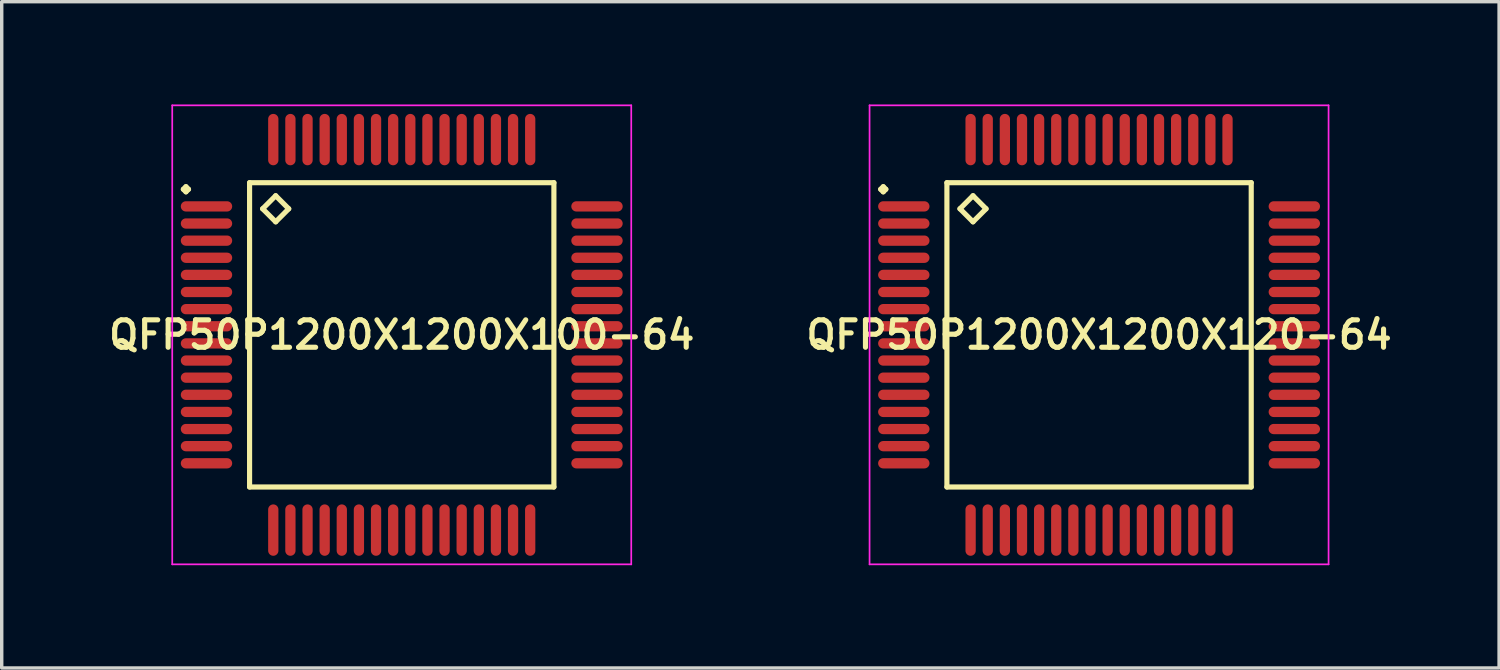
<source format=kicad_pcb>
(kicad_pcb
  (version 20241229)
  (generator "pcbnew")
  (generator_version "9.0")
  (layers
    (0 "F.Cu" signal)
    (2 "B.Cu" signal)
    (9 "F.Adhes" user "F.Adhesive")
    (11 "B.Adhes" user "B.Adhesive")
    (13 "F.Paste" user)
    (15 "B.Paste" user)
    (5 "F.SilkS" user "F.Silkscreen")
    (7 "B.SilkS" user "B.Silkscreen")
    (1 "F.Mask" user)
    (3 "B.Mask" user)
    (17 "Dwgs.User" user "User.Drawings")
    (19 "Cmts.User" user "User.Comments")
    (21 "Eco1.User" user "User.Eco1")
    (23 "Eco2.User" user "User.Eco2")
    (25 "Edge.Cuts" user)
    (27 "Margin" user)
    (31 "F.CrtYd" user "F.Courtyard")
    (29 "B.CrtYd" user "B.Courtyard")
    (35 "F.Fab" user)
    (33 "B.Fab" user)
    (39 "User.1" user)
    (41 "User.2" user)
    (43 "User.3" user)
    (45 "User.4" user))
  (footprint "QFP50P1200X1200X120-64"
    (layer "F.Cu")
    (at 29.035 6.725)
    (property "Reference" "QFP50P1200X1200X120-64" (at 0 0 0) (layer "F.SilkS") (effects (font (size 0.8 0.8) (thickness 0.15))))
    (attr smd)
    (fp_line (start -6.375 -4.25) (end -6.3 -4.325) (stroke (width 0.15) (type solid)) (layer "F.SilkS"))
    (fp_line (start -6.3 -4.325) (end -6.225 -4.25) (stroke (width 0.15) (type solid)) (layer "F.SilkS"))
    (fp_line (start -6.3 -4.175) (end -6.375 -4.25) (stroke (width 0.15) (type solid)) (layer "F.SilkS"))
    (fp_line (start -6.225 -4.25) (end -6.3 -4.175) (stroke (width 0.15) (type solid)) (layer "F.SilkS"))
    (fp_line (start -4.442 -4.442) (end -4.442 4.442) (stroke (width 0.15) (type solid)) (layer "F.SilkS"))
    (fp_line (start -4.442 4.442) (end 4.442 4.442) (stroke (width 0.15) (type solid)) (layer "F.SilkS"))
    (fp_line (start -4.061 -3.68) (end -3.68 -4.061) (stroke (width 0.15) (type solid)) (layer "F.SilkS"))
    (fp_line (start -3.68 -4.061) (end -3.299 -3.68) (stroke (width 0.15) (type solid)) (layer "F.SilkS"))
    (fp_line (start -3.68 -3.299) (end -4.061 -3.68) (stroke (width 0.15) (type solid)) (layer "F.SilkS"))
    (fp_line (start -3.299 -3.68) (end -3.68 -3.299) (stroke (width 0.15) (type solid)) (layer "F.SilkS"))
    (fp_line (start 4.442 -4.442) (end -4.442 -4.442) (stroke (width 0.15) (type solid)) (layer "F.SilkS"))
    (fp_line (start 4.442 4.442) (end 4.442 -4.442) (stroke (width 0.15) (type solid)) (layer "F.SilkS"))
    (fp_line (start -6.7 -6.7) (end 6.7 -6.7) (stroke (width 0.05) (type solid)) (layer "F.CrtYd"))
    (fp_line (start -6.7 6.7) (end -6.7 -6.7) (stroke (width 0.05) (type solid)) (layer "F.CrtYd"))
    (fp_line (start 6.7 -6.7) (end 6.7 6.7) (stroke (width 0.05) (type solid)) (layer "F.CrtYd"))
    (fp_line (start 6.7 6.7) (end -6.7 6.7) (stroke (width 0.05) (type solid)) (layer "F.CrtYd"))
    (pad "1" smd oval (at -5.7 -3.75) (size 1.5 0.3) (layers "F.Cu" "F.Mask" "F.Paste"))
    (pad "2" smd oval (at -5.7 -3.25) (size 1.5 0.3) (layers "F.Cu" "F.Mask" "F.Paste"))
    (pad "3" smd oval (at -5.7 -2.75) (size 1.5 0.3) (layers "F.Cu" "F.Mask" "F.Paste"))
    (pad "4" smd oval (at -5.7 -2.25) (size 1.5 0.3) (layers "F.Cu" "F.Mask" "F.Paste"))
    (pad "5" smd oval (at -5.7 -1.75) (size 1.5 0.3) (layers "F.Cu" "F.Mask" "F.Paste"))
    (pad "6" smd oval (at -5.7 -1.25) (size 1.5 0.3) (layers "F.Cu" "F.Mask" "F.Paste"))
    (pad "7" smd oval (at -5.7 -0.75) (size 1.5 0.3) (layers "F.Cu" "F.Mask" "F.Paste"))
    (pad "8" smd oval (at -5.7 -0.25) (size 1.5 0.3) (layers "F.Cu" "F.Mask" "F.Paste"))
    (pad "9" smd oval (at -5.7 0.25) (size 1.5 0.3) (layers "F.Cu" "F.Mask" "F.Paste"))
    (pad "10" smd oval (at -5.7 0.75) (size 1.5 0.3) (layers "F.Cu" "F.Mask" "F.Paste"))
    (pad "11" smd oval (at -5.7 1.25) (size 1.5 0.3) (layers "F.Cu" "F.Mask" "F.Paste"))
    (pad "12" smd oval (at -5.7 1.75) (size 1.5 0.3) (layers "F.Cu" "F.Mask" "F.Paste"))
    (pad "13" smd oval (at -5.7 2.25) (size 1.5 0.3) (layers "F.Cu" "F.Mask" "F.Paste"))
    (pad "14" smd oval (at -5.7 2.75) (size 1.5 0.3) (layers "F.Cu" "F.Mask" "F.Paste"))
    (pad "15" smd oval (at -5.7 3.25) (size 1.5 0.3) (layers "F.Cu" "F.Mask" "F.Paste"))
    (pad "16" smd oval (at -5.7 3.75) (size 1.5 0.3) (layers "F.Cu" "F.Mask" "F.Paste"))
    (pad "17" smd oval (at -3.75 5.7) (size 0.3 1.5) (layers "F.Cu" "F.Mask" "F.Paste"))
    (pad "18" smd oval (at -3.25 5.7) (size 0.3 1.5) (layers "F.Cu" "F.Mask" "F.Paste"))
    (pad "19" smd oval (at -2.75 5.7) (size 0.3 1.5) (layers "F.Cu" "F.Mask" "F.Paste"))
    (pad "20" smd oval (at -2.25 5.7) (size 0.3 1.5) (layers "F.Cu" "F.Mask" "F.Paste"))
    (pad "21" smd oval (at -1.75 5.7) (size 0.3 1.5) (layers "F.Cu" "F.Mask" "F.Paste"))
    (pad "22" smd oval (at -1.25 5.7) (size 0.3 1.5) (layers "F.Cu" "F.Mask" "F.Paste"))
    (pad "23" smd oval (at -0.75 5.7) (size 0.3 1.5) (layers "F.Cu" "F.Mask" "F.Paste"))
    (pad "24" smd oval (at -0.25 5.7) (size 0.3 1.5) (layers "F.Cu" "F.Mask" "F.Paste"))
    (pad "25" smd oval (at 0.25 5.7) (size 0.3 1.5) (layers "F.Cu" "F.Mask" "F.Paste"))
    (pad "26" smd oval (at 0.75 5.7) (size 0.3 1.5) (layers "F.Cu" "F.Mask" "F.Paste"))
    (pad "27" smd oval (at 1.25 5.7) (size 0.3 1.5) (layers "F.Cu" "F.Mask" "F.Paste"))
    (pad "28" smd oval (at 1.75 5.7) (size 0.3 1.5) (layers "F.Cu" "F.Mask" "F.Paste"))
    (pad "29" smd oval (at 2.25 5.7) (size 0.3 1.5) (layers "F.Cu" "F.Mask" "F.Paste"))
    (pad "30" smd oval (at 2.75 5.7) (size 0.3 1.5) (layers "F.Cu" "F.Mask" "F.Paste"))
    (pad "31" smd oval (at 3.25 5.7) (size 0.3 1.5) (layers "F.Cu" "F.Mask" "F.Paste"))
    (pad "32" smd oval (at 3.75 5.7) (size 0.3 1.5) (layers "F.Cu" "F.Mask" "F.Paste"))
    (pad "33" smd oval (at 5.7 3.75) (size 1.5 0.3) (layers "F.Cu" "F.Mask" "F.Paste"))
    (pad "34" smd oval (at 5.7 3.25) (size 1.5 0.3) (layers "F.Cu" "F.Mask" "F.Paste"))
    (pad "35" smd oval (at 5.7 2.75) (size 1.5 0.3) (layers "F.Cu" "F.Mask" "F.Paste"))
    (pad "36" smd oval (at 5.7 2.25) (size 1.5 0.3) (layers "F.Cu" "F.Mask" "F.Paste"))
    (pad "37" smd oval (at 5.7 1.75) (size 1.5 0.3) (layers "F.Cu" "F.Mask" "F.Paste"))
    (pad "38" smd oval (at 5.7 1.25) (size 1.5 0.3) (layers "F.Cu" "F.Mask" "F.Paste"))
    (pad "39" smd oval (at 5.7 0.75) (size 1.5 0.3) (layers "F.Cu" "F.Mask" "F.Paste"))
    (pad "40" smd oval (at 5.7 0.25) (size 1.5 0.3) (layers "F.Cu" "F.Mask" "F.Paste"))
    (pad "41" smd oval (at 5.7 -0.25) (size 1.5 0.3) (layers "F.Cu" "F.Mask" "F.Paste"))
    (pad "42" smd oval (at 5.7 -0.75) (size 1.5 0.3) (layers "F.Cu" "F.Mask" "F.Paste"))
    (pad "43" smd oval (at 5.7 -1.25) (size 1.5 0.3) (layers "F.Cu" "F.Mask" "F.Paste"))
    (pad "44" smd oval (at 5.7 -1.75) (size 1.5 0.3) (layers "F.Cu" "F.Mask" "F.Paste"))
    (pad "45" smd oval (at 5.7 -2.25) (size 1.5 0.3) (layers "F.Cu" "F.Mask" "F.Paste"))
    (pad "46" smd oval (at 5.7 -2.75) (size 1.5 0.3) (layers "F.Cu" "F.Mask" "F.Paste"))
    (pad "47" smd oval (at 5.7 -3.25) (size 1.5 0.3) (layers "F.Cu" "F.Mask" "F.Paste"))
    (pad "48" smd oval (at 5.7 -3.75) (size 1.5 0.3) (layers "F.Cu" "F.Mask" "F.Paste"))
    (pad "49" smd oval (at 3.75 -5.7) (size 0.3 1.5) (layers "F.Cu" "F.Mask" "F.Paste"))
    (pad "50" smd oval (at 3.25 -5.7) (size 0.3 1.5) (layers "F.Cu" "F.Mask" "F.Paste"))
    (pad "51" smd oval (at 2.75 -5.7) (size 0.3 1.5) (layers "F.Cu" "F.Mask" "F.Paste"))
    (pad "52" smd oval (at 2.25 -5.7) (size 0.3 1.5) (layers "F.Cu" "F.Mask" "F.Paste"))
    (pad "53" smd oval (at 1.75 -5.7) (size 0.3 1.5) (layers "F.Cu" "F.Mask" "F.Paste"))
    (pad "54" smd oval (at 1.25 -5.7) (size 0.3 1.5) (layers "F.Cu" "F.Mask" "F.Paste"))
    (pad "55" smd oval (at 0.75 -5.7) (size 0.3 1.5) (layers "F.Cu" "F.Mask" "F.Paste"))
    (pad "56" smd oval (at 0.25 -5.7) (size 0.3 1.5) (layers "F.Cu" "F.Mask" "F.Paste"))
    (pad "57" smd oval (at -0.25 -5.7) (size 0.3 1.5) (layers "F.Cu" "F.Mask" "F.Paste"))
    (pad "58" smd oval (at -0.75 -5.7) (size 0.3 1.5) (layers "F.Cu" "F.Mask" "F.Paste"))
    (pad "59" smd oval (at -1.25 -5.7) (size 0.3 1.5) (layers "F.Cu" "F.Mask" "F.Paste"))
    (pad "60" smd oval (at -1.75 -5.7) (size 0.3 1.5) (layers "F.Cu" "F.Mask" "F.Paste"))
    (pad "61" smd oval (at -2.25 -5.7) (size 0.3 1.5) (layers "F.Cu" "F.Mask" "F.Paste"))
    (pad "62" smd oval (at -2.75 -5.7) (size 0.3 1.5) (layers "F.Cu" "F.Mask" "F.Paste"))
    (pad "63" smd oval (at -3.25 -5.7) (size 0.3 1.5) (layers "F.Cu" "F.Mask" "F.Paste"))
    (pad "64" smd oval (at -3.75 -5.7) (size 0.3 1.5) (layers "F.Cu" "F.Mask" "F.Paste")))
  (footprint "QFP50P1200X1200X100-64"
    (layer "F.Cu")
    (at 8.678 6.725)
    (property "Reference" "QFP50P1200X1200X100-64" (at 0 0 0) (layer "F.SilkS") (effects (font (size 0.8 0.8) (thickness 0.15))))
    (attr smd)
    (fp_line (start -6.375 -4.25) (end -6.3 -4.325) (stroke (width 0.15) (type solid)) (layer "F.SilkS"))
    (fp_line (start -6.3 -4.325) (end -6.225 -4.25) (stroke (width 0.15) (type solid)) (layer "F.SilkS"))
    (fp_line (start -6.3 -4.175) (end -6.375 -4.25) (stroke (width 0.15) (type solid)) (layer "F.SilkS"))
    (fp_line (start -6.225 -4.25) (end -6.3 -4.175) (stroke (width 0.15) (type solid)) (layer "F.SilkS"))
    (fp_line (start -4.442 -4.442) (end -4.442 4.442) (stroke (width 0.15) (type solid)) (layer "F.SilkS"))
    (fp_line (start -4.442 4.442) (end 4.442 4.442) (stroke (width 0.15) (type solid)) (layer "F.SilkS"))
    (fp_line (start -4.061 -3.68) (end -3.68 -4.061) (stroke (width 0.15) (type solid)) (layer "F.SilkS"))
    (fp_line (start -3.68 -4.061) (end -3.299 -3.68) (stroke (width 0.15) (type solid)) (layer "F.SilkS"))
    (fp_line (start -3.68 -3.299) (end -4.061 -3.68) (stroke (width 0.15) (type solid)) (layer "F.SilkS"))
    (fp_line (start -3.299 -3.68) (end -3.68 -3.299) (stroke (width 0.15) (type solid)) (layer "F.SilkS"))
    (fp_line (start 4.442 -4.442) (end -4.442 -4.442) (stroke (width 0.15) (type solid)) (layer "F.SilkS"))
    (fp_line (start 4.442 4.442) (end 4.442 -4.442) (stroke (width 0.15) (type solid)) (layer "F.SilkS"))
    (fp_line (start -6.7 -6.7) (end 6.7 -6.7) (stroke (width 0.05) (type solid)) (layer "F.CrtYd"))
    (fp_line (start -6.7 6.7) (end -6.7 -6.7) (stroke (width 0.05) (type solid)) (layer "F.CrtYd"))
    (fp_line (start 6.7 -6.7) (end 6.7 6.7) (stroke (width 0.05) (type solid)) (layer "F.CrtYd"))
    (fp_line (start 6.7 6.7) (end -6.7 6.7) (stroke (width 0.05) (type solid)) (layer "F.CrtYd"))
    (pad "1" smd oval (at -5.7 -3.75) (size 1.5 0.3) (layers "F.Cu" "F.Mask" "F.Paste"))
    (pad "2" smd oval (at -5.7 -3.25) (size 1.5 0.3) (layers "F.Cu" "F.Mask" "F.Paste"))
    (pad "3" smd oval (at -5.7 -2.75) (size 1.5 0.3) (layers "F.Cu" "F.Mask" "F.Paste"))
    (pad "4" smd oval (at -5.7 -2.25) (size 1.5 0.3) (layers "F.Cu" "F.Mask" "F.Paste"))
    (pad "5" smd oval (at -5.7 -1.75) (size 1.5 0.3) (layers "F.Cu" "F.Mask" "F.Paste"))
    (pad "6" smd oval (at -5.7 -1.25) (size 1.5 0.3) (layers "F.Cu" "F.Mask" "F.Paste"))
    (pad "7" smd oval (at -5.7 -0.75) (size 1.5 0.3) (layers "F.Cu" "F.Mask" "F.Paste"))
    (pad "8" smd oval (at -5.7 -0.25) (size 1.5 0.3) (layers "F.Cu" "F.Mask" "F.Paste"))
    (pad "9" smd oval (at -5.7 0.25) (size 1.5 0.3) (layers "F.Cu" "F.Mask" "F.Paste"))
    (pad "10" smd oval (at -5.7 0.75) (size 1.5 0.3) (layers "F.Cu" "F.Mask" "F.Paste"))
    (pad "11" smd oval (at -5.7 1.25) (size 1.5 0.3) (layers "F.Cu" "F.Mask" "F.Paste"))
    (pad "12" smd oval (at -5.7 1.75) (size 1.5 0.3) (layers "F.Cu" "F.Mask" "F.Paste"))
    (pad "13" smd oval (at -5.7 2.25) (size 1.5 0.3) (layers "F.Cu" "F.Mask" "F.Paste"))
    (pad "14" smd oval (at -5.7 2.75) (size 1.5 0.3) (layers "F.Cu" "F.Mask" "F.Paste"))
    (pad "15" smd oval (at -5.7 3.25) (size 1.5 0.3) (layers "F.Cu" "F.Mask" "F.Paste"))
    (pad "16" smd oval (at -5.7 3.75) (size 1.5 0.3) (layers "F.Cu" "F.Mask" "F.Paste"))
    (pad "17" smd oval (at -3.75 5.7) (size 0.3 1.5) (layers "F.Cu" "F.Mask" "F.Paste"))
    (pad "18" smd oval (at -3.25 5.7) (size 0.3 1.5) (layers "F.Cu" "F.Mask" "F.Paste"))
    (pad "19" smd oval (at -2.75 5.7) (size 0.3 1.5) (layers "F.Cu" "F.Mask" "F.Paste"))
    (pad "20" smd oval (at -2.25 5.7) (size 0.3 1.5) (layers "F.Cu" "F.Mask" "F.Paste"))
    (pad "21" smd oval (at -1.75 5.7) (size 0.3 1.5) (layers "F.Cu" "F.Mask" "F.Paste"))
    (pad "22" smd oval (at -1.25 5.7) (size 0.3 1.5) (layers "F.Cu" "F.Mask" "F.Paste"))
    (pad "23" smd oval (at -0.75 5.7) (size 0.3 1.5) (layers "F.Cu" "F.Mask" "F.Paste"))
    (pad "24" smd oval (at -0.25 5.7) (size 0.3 1.5) (layers "F.Cu" "F.Mask" "F.Paste"))
    (pad "25" smd oval (at 0.25 5.7) (size 0.3 1.5) (layers "F.Cu" "F.Mask" "F.Paste"))
    (pad "26" smd oval (at 0.75 5.7) (size 0.3 1.5) (layers "F.Cu" "F.Mask" "F.Paste"))
    (pad "27" smd oval (at 1.25 5.7) (size 0.3 1.5) (layers "F.Cu" "F.Mask" "F.Paste"))
    (pad "28" smd oval (at 1.75 5.7) (size 0.3 1.5) (layers "F.Cu" "F.Mask" "F.Paste"))
    (pad "29" smd oval (at 2.25 5.7) (size 0.3 1.5) (layers "F.Cu" "F.Mask" "F.Paste"))
    (pad "30" smd oval (at 2.75 5.7) (size 0.3 1.5) (layers "F.Cu" "F.Mask" "F.Paste"))
    (pad "31" smd oval (at 3.25 5.7) (size 0.3 1.5) (layers "F.Cu" "F.Mask" "F.Paste"))
    (pad "32" smd oval (at 3.75 5.7) (size 0.3 1.5) (layers "F.Cu" "F.Mask" "F.Paste"))
    (pad "33" smd oval (at 5.7 3.75) (size 1.5 0.3) (layers "F.Cu" "F.Mask" "F.Paste"))
    (pad "34" smd oval (at 5.7 3.25) (size 1.5 0.3) (layers "F.Cu" "F.Mask" "F.Paste"))
    (pad "35" smd oval (at 5.7 2.75) (size 1.5 0.3) (layers "F.Cu" "F.Mask" "F.Paste"))
    (pad "36" smd oval (at 5.7 2.25) (size 1.5 0.3) (layers "F.Cu" "F.Mask" "F.Paste"))
    (pad "37" smd oval (at 5.7 1.75) (size 1.5 0.3) (layers "F.Cu" "F.Mask" "F.Paste"))
    (pad "38" smd oval (at 5.7 1.25) (size 1.5 0.3) (layers "F.Cu" "F.Mask" "F.Paste"))
    (pad "39" smd oval (at 5.7 0.75) (size 1.5 0.3) (layers "F.Cu" "F.Mask" "F.Paste"))
    (pad "40" smd oval (at 5.7 0.25) (size 1.5 0.3) (layers "F.Cu" "F.Mask" "F.Paste"))
    (pad "41" smd oval (at 5.7 -0.25) (size 1.5 0.3) (layers "F.Cu" "F.Mask" "F.Paste"))
    (pad "42" smd oval (at 5.7 -0.75) (size 1.5 0.3) (layers "F.Cu" "F.Mask" "F.Paste"))
    (pad "43" smd oval (at 5.7 -1.25) (size 1.5 0.3) (layers "F.Cu" "F.Mask" "F.Paste"))
    (pad "44" smd oval (at 5.7 -1.75) (size 1.5 0.3) (layers "F.Cu" "F.Mask" "F.Paste"))
    (pad "45" smd oval (at 5.7 -2.25) (size 1.5 0.3) (layers "F.Cu" "F.Mask" "F.Paste"))
    (pad "46" smd oval (at 5.7 -2.75) (size 1.5 0.3) (layers "F.Cu" "F.Mask" "F.Paste"))
    (pad "47" smd oval (at 5.7 -3.25) (size 1.5 0.3) (layers "F.Cu" "F.Mask" "F.Paste"))
    (pad "48" smd oval (at 5.7 -3.75) (size 1.5 0.3) (layers "F.Cu" "F.Mask" "F.Paste"))
    (pad "49" smd oval (at 3.75 -5.7) (size 0.3 1.5) (layers "F.Cu" "F.Mask" "F.Paste"))
    (pad "50" smd oval (at 3.25 -5.7) (size 0.3 1.5) (layers "F.Cu" "F.Mask" "F.Paste"))
    (pad "51" smd oval (at 2.75 -5.7) (size 0.3 1.5) (layers "F.Cu" "F.Mask" "F.Paste"))
    (pad "52" smd oval (at 2.25 -5.7) (size 0.3 1.5) (layers "F.Cu" "F.Mask" "F.Paste"))
    (pad "53" smd oval (at 1.75 -5.7) (size 0.3 1.5) (layers "F.Cu" "F.Mask" "F.Paste"))
    (pad "54" smd oval (at 1.25 -5.7) (size 0.3 1.5) (layers "F.Cu" "F.Mask" "F.Paste"))
    (pad "55" smd oval (at 0.75 -5.7) (size 0.3 1.5) (layers "F.Cu" "F.Mask" "F.Paste"))
    (pad "56" smd oval (at 0.25 -5.7) (size 0.3 1.5) (layers "F.Cu" "F.Mask" "F.Paste"))
    (pad "57" smd oval (at -0.25 -5.7) (size 0.3 1.5) (layers "F.Cu" "F.Mask" "F.Paste"))
    (pad "58" smd oval (at -0.75 -5.7) (size 0.3 1.5) (layers "F.Cu" "F.Mask" "F.Paste"))
    (pad "59" smd oval (at -1.25 -5.7) (size 0.3 1.5) (layers "F.Cu" "F.Mask" "F.Paste"))
    (pad "60" smd oval (at -1.75 -5.7) (size 0.3 1.5) (layers "F.Cu" "F.Mask" "F.Paste"))
    (pad "61" smd oval (at -2.25 -5.7) (size 0.3 1.5) (layers "F.Cu" "F.Mask" "F.Paste"))
    (pad "62" smd oval (at -2.75 -5.7) (size 0.3 1.5) (layers "F.Cu" "F.Mask" "F.Paste"))
    (pad "63" smd oval (at -3.25 -5.7) (size 0.3 1.5) (layers "F.Cu" "F.Mask" "F.Paste"))
    (pad "64" smd oval (at -3.75 -5.7) (size 0.3 1.5) (layers "F.Cu" "F.Mask" "F.Paste")))
  (gr_rect
    (start -3 -3)
    (end 40.713 16.45)
    (stroke (width 0.1) (type default))
    (fill no)
    (layer "Edge.Cuts")))
</source>
